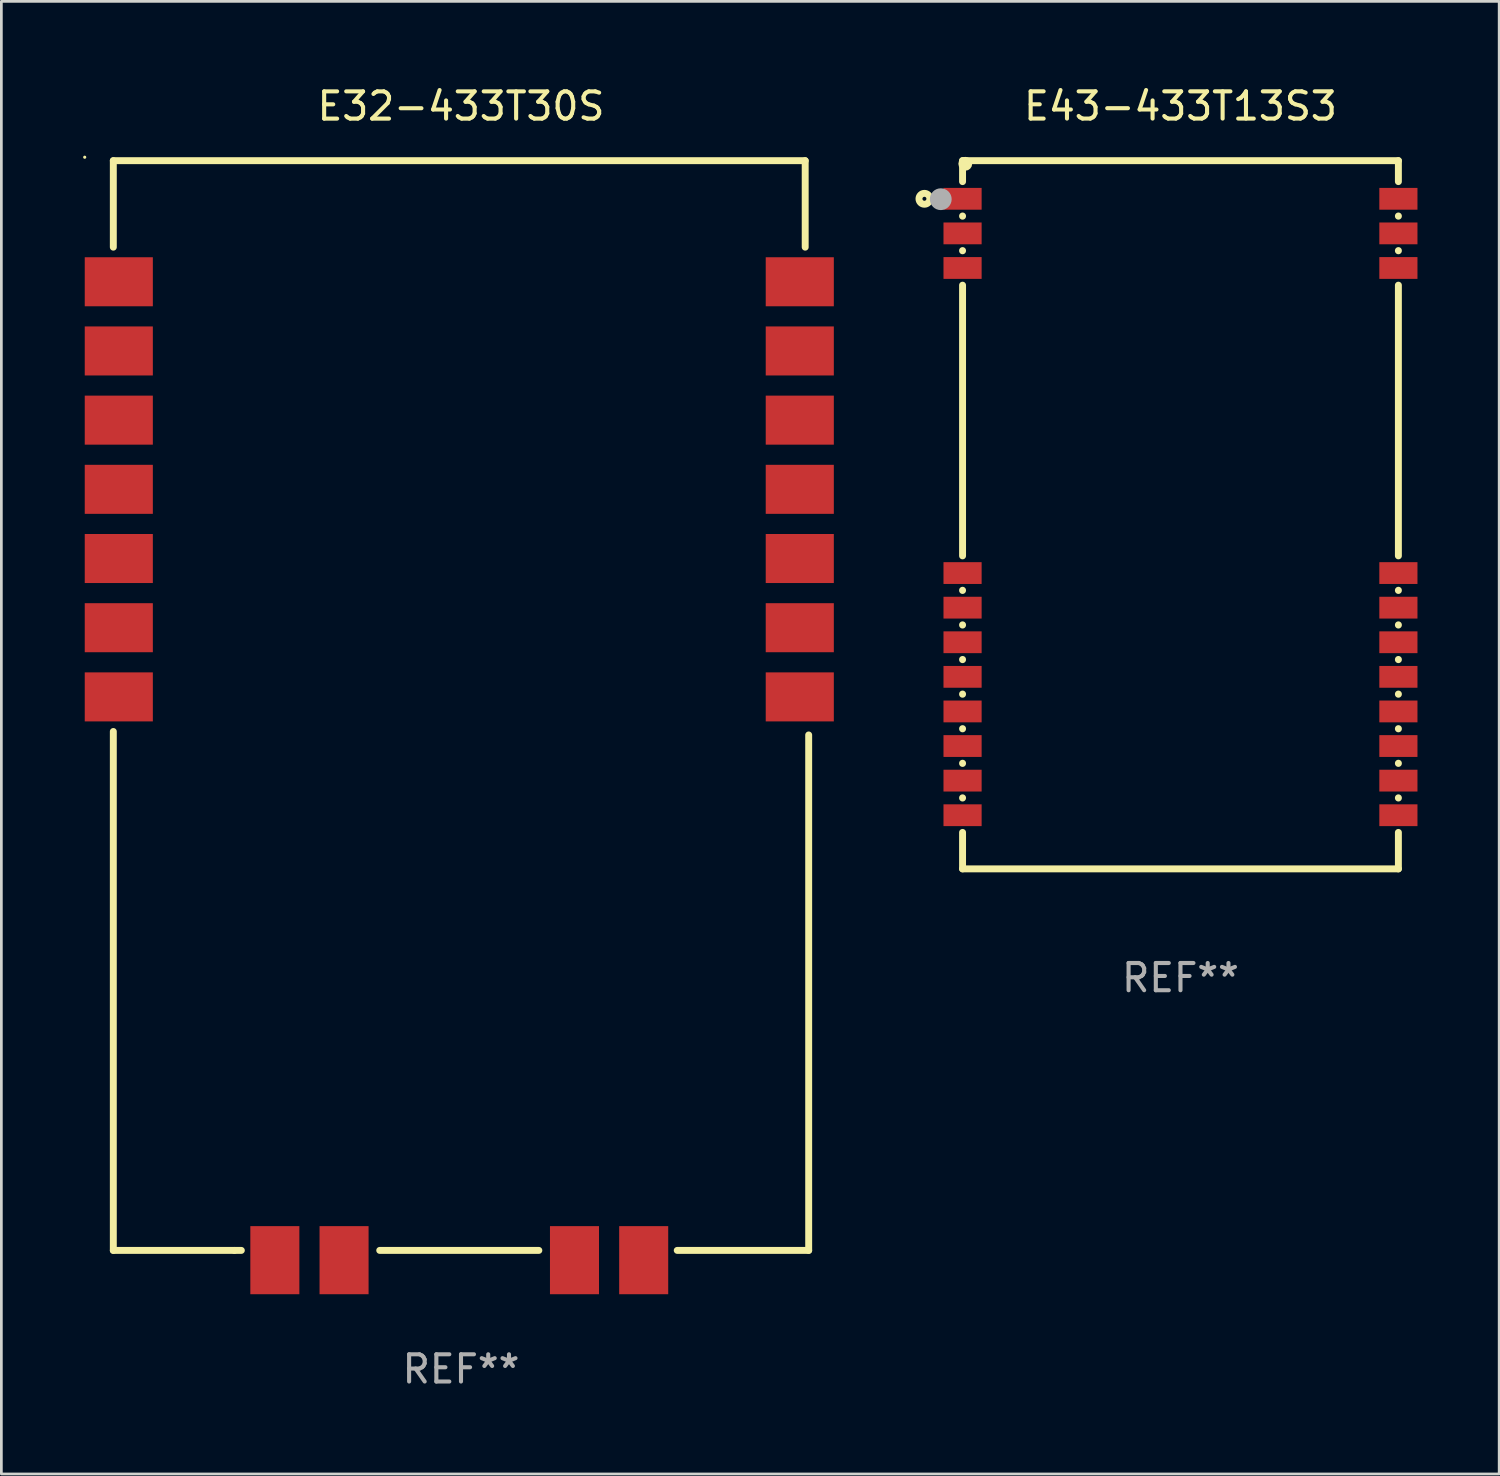
<source format=kicad_pcb>
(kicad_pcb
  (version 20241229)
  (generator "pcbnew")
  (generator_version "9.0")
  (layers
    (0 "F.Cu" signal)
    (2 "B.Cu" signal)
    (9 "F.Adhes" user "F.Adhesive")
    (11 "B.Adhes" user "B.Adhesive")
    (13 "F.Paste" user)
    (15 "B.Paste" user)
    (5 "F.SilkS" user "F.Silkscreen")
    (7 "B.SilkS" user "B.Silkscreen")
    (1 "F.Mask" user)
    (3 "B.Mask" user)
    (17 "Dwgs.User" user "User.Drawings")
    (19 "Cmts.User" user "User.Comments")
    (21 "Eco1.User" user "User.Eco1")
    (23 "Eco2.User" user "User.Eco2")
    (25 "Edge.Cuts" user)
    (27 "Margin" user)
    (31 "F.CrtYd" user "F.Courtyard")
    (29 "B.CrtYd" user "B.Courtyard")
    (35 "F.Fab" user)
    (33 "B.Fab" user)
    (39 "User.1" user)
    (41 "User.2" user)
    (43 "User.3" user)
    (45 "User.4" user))
  (footprint "E32-433T30S"
    (layer "F.Cu")
    (at 13.874 23.031)
    (property "Reference" "E32-433T30S" (at 0 -22.182 0) (layer "F.SilkS") (effects (font (size 1 1) (thickness 0.15))))
    (attr through_hole)
    (fp_line (start -12.764 -20.182) (end 12.636 -20.182) (stroke (width 0.254) (type solid)) (layer "F.SilkS"))
    (fp_line (start -12.764 -17.007) (end -12.764 -20.182) (stroke (width 0.254) (type solid)) (layer "F.SilkS"))
    (fp_line (start -12.764 0.773) (end -12.764 19.823) (stroke (width 0.254) (type solid)) (layer "F.SilkS"))
    (fp_line (start -12.764 19.823) (end -8.318 19.823) (stroke (width 0.254) (type solid)) (layer "F.SilkS"))
    (fp_line (start -8.318 19.823) (end -8.064 19.823) (stroke (width 0.254) (type solid)) (layer "F.SilkS"))
    (fp_line (start -2.984 19.823) (end 2.858 19.823) (stroke (width 0.254) (type solid)) (layer "F.SilkS"))
    (fp_line (start 7.938 19.823) (end 12.764 19.823) (stroke (width 0.254) (type solid)) (layer "F.SilkS"))
    (fp_line (start 12.636 -20.182) (end 12.636 -17.007) (stroke (width 0.254) (type solid)) (layer "F.SilkS"))
    (fp_line (start 12.764 19.823) (end 12.764 0.9) (stroke (width 0.254) (type solid)) (layer "F.SilkS"))
    (fp_circle (center -13.814 -20.309) (end -13.784 -20.309) (stroke (width 0.06) (type solid)) (fill no) (layer "F.SilkS"))
    (fp_text user "REF**" (at 0 24.182 0) (layer "F.Fab") (effects (font (size 1 1) (thickness 0.15))))
    (pad "1" smd rect (at -12.563 -0.497) (size 2.5 1.8) (layers "F.Cu" "F.Mask" "F.Paste"))
    (pad "2" smd rect (at -12.563 -3.037) (size 2.5 1.8) (layers "F.Cu" "F.Mask" "F.Paste"))
    (pad "3" smd rect (at -12.563 -5.577) (size 2.5 1.8) (layers "F.Cu" "F.Mask" "F.Paste"))
    (pad "4" smd rect (at -12.563 -8.117) (size 2.5 1.8) (layers "F.Cu" "F.Mask" "F.Paste"))
    (pad "5" smd rect (at -12.563 -10.657) (size 2.5 1.8) (layers "F.Cu" "F.Mask" "F.Paste"))
    (pad "6" smd rect (at -12.563 -13.197) (size 2.5 1.8) (layers "F.Cu" "F.Mask" "F.Paste"))
    (pad "7" smd rect (at -12.563 -15.737) (size 2.5 1.8) (layers "F.Cu" "F.Mask" "F.Paste"))
    (pad "8" smd rect (at 12.437 -15.737) (size 2.5 1.8) (layers "F.Cu" "F.Mask" "F.Paste"))
    (pad "9" smd rect (at 12.437 -13.197) (size 2.5 1.8) (layers "F.Cu" "F.Mask" "F.Paste"))
    (pad "10" smd rect (at 12.437 -10.657) (size 2.5 1.8) (layers "F.Cu" "F.Mask" "F.Paste"))
    (pad "11" smd rect (at 12.437 -8.117) (size 2.5 1.8) (layers "F.Cu" "F.Mask" "F.Paste"))
    (pad "12" smd rect (at 12.437 -5.577) (size 2.5 1.8) (layers "F.Cu" "F.Mask" "F.Paste"))
    (pad "13" smd rect (at 12.437 -3.037) (size 2.5 1.8) (layers "F.Cu" "F.Mask" "F.Paste"))
    (pad "14" smd rect (at 12.437 -0.497) (size 2.5 1.8) (layers "F.Cu" "F.Mask" "F.Paste"))
    (pad "15" smd rect (at 6.707 20.182 90) (size 2.5 1.8) (layers "F.Cu" "F.Mask" "F.Paste"))
    (pad "16" smd rect (at 4.166 20.182 90) (size 2.5 1.8) (layers "F.Cu" "F.Mask" "F.Paste"))
    (pad "17" smd rect (at -4.293 20.182 90) (size 2.5 1.8) (layers "F.Cu" "F.Mask" "F.Paste"))
    (pad "18" smd rect (at -6.834 20.182 90) (size 2.5 1.8) (layers "F.Cu" "F.Mask" "F.Paste")))
  (footprint "E43-433T13S3"
    (layer "F.Cu")
    (at 40.287 15.848)
    (property "Reference" "E43-433T13S3" (at 0 -15 0) (layer "F.SilkS") (effects (font (size 1 1) (thickness 0.15))))
    (attr through_hole)
    (fp_line (start -8 -13) (end 8 -13) (stroke (width 0.254) (type solid)) (layer "F.SilkS"))
    (fp_line (start -8 -12.231) (end -8 -13) (stroke (width 0.254) (type solid)) (layer "F.SilkS"))
    (fp_line (start -8 -10.961) (end -8 -10.969) (stroke (width 0.254) (type solid)) (layer "F.SilkS"))
    (fp_line (start -8 -9.691) (end -8 -9.699) (stroke (width 0.254) (type solid)) (layer "F.SilkS"))
    (fp_line (start -8 1.509) (end -8 -8.429) (stroke (width 0.254) (type solid)) (layer "F.SilkS"))
    (fp_line (start -8 2.779) (end -8 2.771) (stroke (width 0.254) (type solid)) (layer "F.SilkS"))
    (fp_line (start -8 4.049) (end -8 4.041) (stroke (width 0.254) (type solid)) (layer "F.SilkS"))
    (fp_line (start -8 5.319) (end -8 5.311) (stroke (width 0.254) (type solid)) (layer "F.SilkS"))
    (fp_line (start -8 6.589) (end -8 6.581) (stroke (width 0.254) (type solid)) (layer "F.SilkS"))
    (fp_line (start -8 7.859) (end -8 7.851) (stroke (width 0.254) (type solid)) (layer "F.SilkS"))
    (fp_line (start -8 9.129) (end -8 9.121) (stroke (width 0.254) (type solid)) (layer "F.SilkS"))
    (fp_line (start -8 10.399) (end -8 10.391) (stroke (width 0.254) (type solid)) (layer "F.SilkS"))
    (fp_line (start -8 13) (end -8 11.661) (stroke (width 0.254) (type solid)) (layer "F.SilkS"))
    (fp_line (start -8 13) (end 8 13) (stroke (width 0.254) (type solid)) (layer "F.SilkS"))
    (fp_line (start 8 -13) (end 8 -12.231) (stroke (width 0.254) (type solid)) (layer "F.SilkS"))
    (fp_line (start 8 -10.969) (end 8 -10.961) (stroke (width 0.254) (type solid)) (layer "F.SilkS"))
    (fp_line (start 8 -9.699) (end 8 -9.691) (stroke (width 0.254) (type solid)) (layer "F.SilkS"))
    (fp_line (start 8 -8.429) (end 8 1.509) (stroke (width 0.254) (type solid)) (layer "F.SilkS"))
    (fp_line (start 8 2.771) (end 8 2.779) (stroke (width 0.254) (type solid)) (layer "F.SilkS"))
    (fp_line (start 8 4.041) (end 8 4.049) (stroke (width 0.254) (type solid)) (layer "F.SilkS"))
    (fp_line (start 8 5.311) (end 8 5.319) (stroke (width 0.254) (type solid)) (layer "F.SilkS"))
    (fp_line (start 8 6.581) (end 8 6.589) (stroke (width 0.254) (type solid)) (layer "F.SilkS"))
    (fp_line (start 8 7.851) (end 8 7.859) (stroke (width 0.254) (type solid)) (layer "F.SilkS"))
    (fp_line (start 8 9.121) (end 8 9.129) (stroke (width 0.254) (type solid)) (layer "F.SilkS"))
    (fp_line (start 8 10.391) (end 8 10.399) (stroke (width 0.254) (type solid)) (layer "F.SilkS"))
    (fp_line (start 8 11.661) (end 8 13) (stroke (width 0.254) (type solid)) (layer "F.SilkS"))
    (fp_circle (center -9.4 -11.6) (end -9.2 -11.6) (stroke (width 0.254) (type solid)) (fill no) (layer "F.SilkS"))
    (fp_circle (center -7.9 -12.885) (end -7.773 -12.885) (stroke (width 0.254) (type solid)) (fill no) (layer "F.SilkS"))
    (fp_circle (center -8.8 -11.585) (end -8.6 -11.585) (stroke (width 0.4) (type solid)) (fill no) (layer "F.Fab"))
    (fp_text user "REF**" (at 0 17 0) (layer "F.Fab") (effects (font (size 1 1) (thickness 0.15))))
    (pad "1" smd rect (at -8 -11.6) (size 1.4 0.8) (layers "F.Cu" "F.Mask" "F.Paste"))
    (pad "2" smd rect (at -8 -10.33) (size 1.4 0.8) (layers "F.Cu" "F.Mask" "F.Paste"))
    (pad "3" smd rect (at -8 -9.06) (size 1.4 0.8) (layers "F.Cu" "F.Mask" "F.Paste"))
    (pad "4" smd rect (at -8 2.14) (size 1.4 0.8) (layers "F.Cu" "F.Mask" "F.Paste"))
    (pad "5" smd rect (at -8 3.41) (size 1.4 0.8) (layers "F.Cu" "F.Mask" "F.Paste"))
    (pad "6" smd rect (at -8 4.68) (size 1.4 0.8) (layers "F.Cu" "F.Mask" "F.Paste"))
    (pad "7" smd rect (at -8 5.95) (size 1.4 0.8) (layers "F.Cu" "F.Mask" "F.Paste"))
    (pad "8" smd rect (at -8 7.22) (size 1.4 0.8) (layers "F.Cu" "F.Mask" "F.Paste"))
    (pad "9" smd rect (at -8 8.49) (size 1.4 0.8) (layers "F.Cu" "F.Mask" "F.Paste"))
    (pad "10" smd rect (at -8 9.76) (size 1.4 0.8) (layers "F.Cu" "F.Mask" "F.Paste"))
    (pad "11" smd rect (at -8 11.03) (size 1.4 0.8) (layers "F.Cu" "F.Mask" "F.Paste"))
    (pad "12" smd rect (at 8 11.03) (size 1.4 0.8) (layers "F.Cu" "F.Mask" "F.Paste"))
    (pad "13" smd rect (at 8 9.76) (size 1.4 0.8) (layers "F.Cu" "F.Mask" "F.Paste"))
    (pad "14" smd rect (at 8 8.49) (size 1.4 0.8) (layers "F.Cu" "F.Mask" "F.Paste"))
    (pad "15" smd rect (at 8 7.22) (size 1.4 0.8) (layers "F.Cu" "F.Mask" "F.Paste"))
    (pad "16" smd rect (at 8 5.95) (size 1.4 0.8) (layers "F.Cu" "F.Mask" "F.Paste"))
    (pad "17" smd rect (at 8 4.68) (size 1.4 0.8) (layers "F.Cu" "F.Mask" "F.Paste"))
    (pad "18" smd rect (at 8 3.41) (size 1.4 0.8) (layers "F.Cu" "F.Mask" "F.Paste"))
    (pad "19" smd rect (at 8 2.14) (size 1.4 0.8) (layers "F.Cu" "F.Mask" "F.Paste"))
    (pad "20" smd rect (at 8 -9.06) (size 1.4 0.8) (layers "F.Cu" "F.Mask" "F.Paste"))
    (pad "21" smd rect (at 8 -10.33) (size 1.4 0.8) (layers "F.Cu" "F.Mask" "F.Paste"))
    (pad "22" smd rect (at 8 -11.6) (size 1.4 0.8) (layers "F.Cu" "F.Mask" "F.Paste")))
  (gr_rect
    (start -3 -3)
    (end 51.987 51.061)
    (stroke (width 0.1) (type default))
    (fill no)
    (layer "Edge.Cuts")))
</source>
